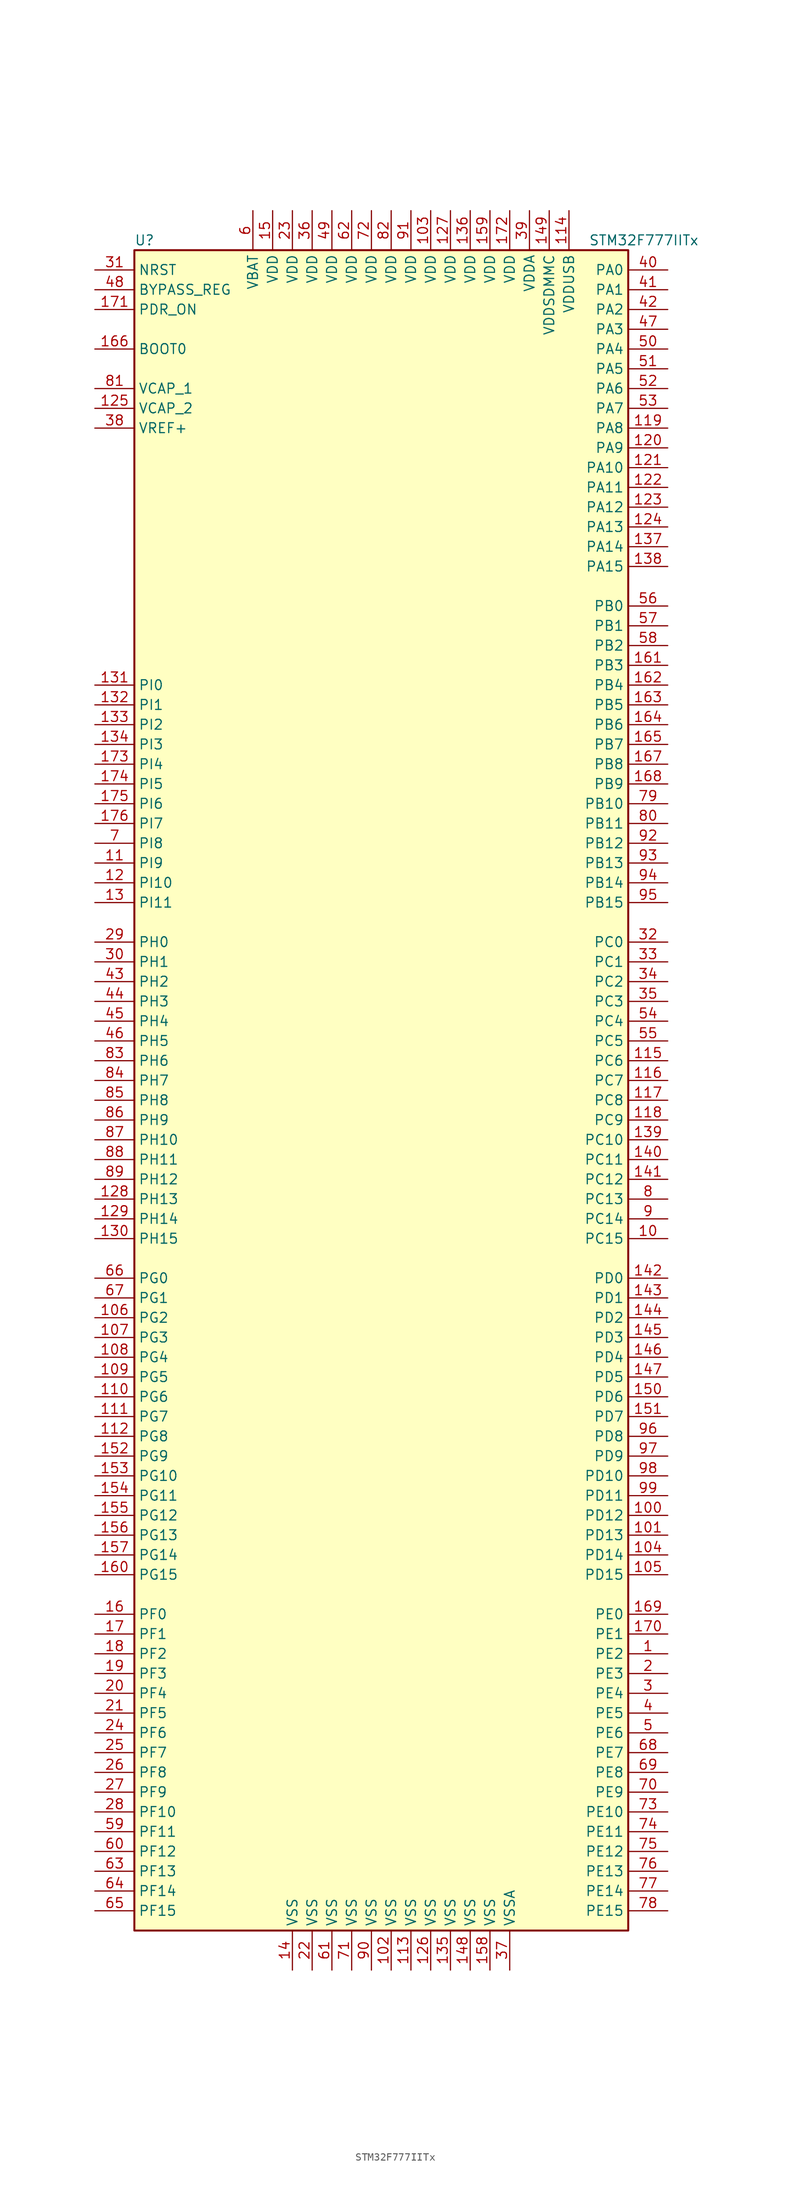
<source format=kicad_sym>
(kicad_symbol_lib
  (version 20211014)
  (generator kicad_symbol_editor)
  (symbol "STM32F777IITx"
    (property "Reference" "U"
      (at -33.02 107.95 0)
      (effects (font (size 1.27 1.27)) (justify left)))
    (property "Value" "STM32F777IITx"
      (at 25.4 107.95 0)
      (effects (font (size 1.27 1.27)) (justify left)))
    (symbol "STM32F777IITx_0_1"
      (rectangle (start -33.02 -109.22) (end 30.48 106.68) (stroke (width 0.254) (type default) (color 0 0 0 0)) (fill (type background))))
    (symbol "STM32F777IITx_1_1"
      (pin bidirectional line (at 35.56 -73.66 180) (length 5.08) (name "PE2" (effects (font (size 1.27 1.27)))) (number "1" (effects (font (size 1.27 1.27)))))
      (pin bidirectional line (at 35.56 -20.32 180) (length 5.08) (name "PC15" (effects (font (size 1.27 1.27)))) (number "10" (effects (font (size 1.27 1.27)))))
      (pin bidirectional line (at 35.56 -55.88 180) (length 5.08) (name "PD12" (effects (font (size 1.27 1.27)))) (number "100" (effects (font (size 1.27 1.27)))))
      (pin bidirectional line (at 35.56 -58.42 180) (length 5.08) (name "PD13" (effects (font (size 1.27 1.27)))) (number "101" (effects (font (size 1.27 1.27)))))
      (pin power_in line (at 0 -114.3 90) (length 5.08) (name "VSS" (effects (font (size 1.27 1.27)))) (number "102" (effects (font (size 1.27 1.27)))))
      (pin power_in line (at 5.08 111.76 270) (length 5.08) (name "VDD" (effects (font (size 1.27 1.27)))) (number "103" (effects (font (size 1.27 1.27)))))
      (pin bidirectional line (at 35.56 -60.96 180) (length 5.08) (name "PD14" (effects (font (size 1.27 1.27)))) (number "104" (effects (font (size 1.27 1.27)))))
      (pin bidirectional line (at 35.56 -63.5 180) (length 5.08) (name "PD15" (effects (font (size 1.27 1.27)))) (number "105" (effects (font (size 1.27 1.27)))))
      (pin bidirectional line (at -38.1 -30.48 0) (length 5.08) (name "PG2" (effects (font (size 1.27 1.27)))) (number "106" (effects (font (size 1.27 1.27)))))
      (pin bidirectional line (at -38.1 -33.02 0) (length 5.08) (name "PG3" (effects (font (size 1.27 1.27)))) (number "107" (effects (font (size 1.27 1.27)))))
      (pin bidirectional line (at -38.1 -35.56 0) (length 5.08) (name "PG4" (effects (font (size 1.27 1.27)))) (number "108" (effects (font (size 1.27 1.27)))))
      (pin bidirectional line (at -38.1 -38.1 0) (length 5.08) (name "PG5" (effects (font (size 1.27 1.27)))) (number "109" (effects (font (size 1.27 1.27)))))
      (pin bidirectional line (at -38.1 27.94 0) (length 5.08) (name "PI9" (effects (font (size 1.27 1.27)))) (number "11" (effects (font (size 1.27 1.27)))))
      (pin bidirectional line (at -38.1 -40.64 0) (length 5.08) (name "PG6" (effects (font (size 1.27 1.27)))) (number "110" (effects (font (size 1.27 1.27)))))
      (pin bidirectional line (at -38.1 -43.18 0) (length 5.08) (name "PG7" (effects (font (size 1.27 1.27)))) (number "111" (effects (font (size 1.27 1.27)))))
      (pin bidirectional line (at -38.1 -45.72 0) (length 5.08) (name "PG8" (effects (font (size 1.27 1.27)))) (number "112" (effects (font (size 1.27 1.27)))))
      (pin power_in line (at 2.54 -114.3 90) (length 5.08) (name "VSS" (effects (font (size 1.27 1.27)))) (number "113" (effects (font (size 1.27 1.27)))))
      (pin power_in line (at 22.86 111.76 270) (length 5.08) (name "VDDUSB" (effects (font (size 1.27 1.27)))) (number "114" (effects (font (size 1.27 1.27)))))
      (pin bidirectional line (at 35.56 2.54 180) (length 5.08) (name "PC6" (effects (font (size 1.27 1.27)))) (number "115" (effects (font (size 1.27 1.27)))))
      (pin bidirectional line (at 35.56 0 180) (length 5.08) (name "PC7" (effects (font (size 1.27 1.27)))) (number "116" (effects (font (size 1.27 1.27)))))
      (pin bidirectional line (at 35.56 -2.54 180) (length 5.08) (name "PC8" (effects (font (size 1.27 1.27)))) (number "117" (effects (font (size 1.27 1.27)))))
      (pin bidirectional line (at 35.56 -5.08 180) (length 5.08) (name "PC9" (effects (font (size 1.27 1.27)))) (number "118" (effects (font (size 1.27 1.27)))))
      (pin bidirectional line (at 35.56 83.82 180) (length 5.08) (name "PA8" (effects (font (size 1.27 1.27)))) (number "119" (effects (font (size 1.27 1.27)))))
      (pin bidirectional line (at -38.1 25.4 0) (length 5.08) (name "PI10" (effects (font (size 1.27 1.27)))) (number "12" (effects (font (size 1.27 1.27)))))
      (pin bidirectional line (at 35.56 81.28 180) (length 5.08) (name "PA9" (effects (font (size 1.27 1.27)))) (number "120" (effects (font (size 1.27 1.27)))))
      (pin bidirectional line (at 35.56 78.74 180) (length 5.08) (name "PA10" (effects (font (size 1.27 1.27)))) (number "121" (effects (font (size 1.27 1.27)))))
      (pin bidirectional line (at 35.56 76.2 180) (length 5.08) (name "PA11" (effects (font (size 1.27 1.27)))) (number "122" (effects (font (size 1.27 1.27)))))
      (pin bidirectional line (at 35.56 73.66 180) (length 5.08) (name "PA12" (effects (font (size 1.27 1.27)))) (number "123" (effects (font (size 1.27 1.27)))))
      (pin bidirectional line (at 35.56 71.12 180) (length 5.08) (name "PA13" (effects (font (size 1.27 1.27)))) (number "124" (effects (font (size 1.27 1.27)))))
      (pin power_in line (at -38.1 86.36 0) (length 5.08) (name "VCAP_2" (effects (font (size 1.27 1.27)))) (number "125" (effects (font (size 1.27 1.27)))))
      (pin power_in line (at 5.08 -114.3 90) (length 5.08) (name "VSS" (effects (font (size 1.27 1.27)))) (number "126" (effects (font (size 1.27 1.27)))))
      (pin power_in line (at 7.62 111.76 270) (length 5.08) (name "VDD" (effects (font (size 1.27 1.27)))) (number "127" (effects (font (size 1.27 1.27)))))
      (pin bidirectional line (at -38.1 -15.24 0) (length 5.08) (name "PH13" (effects (font (size 1.27 1.27)))) (number "128" (effects (font (size 1.27 1.27)))))
      (pin bidirectional line (at -38.1 -17.78 0) (length 5.08) (name "PH14" (effects (font (size 1.27 1.27)))) (number "129" (effects (font (size 1.27 1.27)))))
      (pin bidirectional line (at -38.1 22.86 0) (length 5.08) (name "PI11" (effects (font (size 1.27 1.27)))) (number "13" (effects (font (size 1.27 1.27)))))
      (pin bidirectional line (at -38.1 -20.32 0) (length 5.08) (name "PH15" (effects (font (size 1.27 1.27)))) (number "130" (effects (font (size 1.27 1.27)))))
      (pin bidirectional line (at -38.1 50.8 0) (length 5.08) (name "PI0" (effects (font (size 1.27 1.27)))) (number "131" (effects (font (size 1.27 1.27)))))
      (pin bidirectional line (at -38.1 48.26 0) (length 5.08) (name "PI1" (effects (font (size 1.27 1.27)))) (number "132" (effects (font (size 1.27 1.27)))))
      (pin bidirectional line (at -38.1 45.72 0) (length 5.08) (name "PI2" (effects (font (size 1.27 1.27)))) (number "133" (effects (font (size 1.27 1.27)))))
      (pin bidirectional line (at -38.1 43.18 0) (length 5.08) (name "PI3" (effects (font (size 1.27 1.27)))) (number "134" (effects (font (size 1.27 1.27)))))
      (pin power_in line (at 7.62 -114.3 90) (length 5.08) (name "VSS" (effects (font (size 1.27 1.27)))) (number "135" (effects (font (size 1.27 1.27)))))
      (pin power_in line (at 10.16 111.76 270) (length 5.08) (name "VDD" (effects (font (size 1.27 1.27)))) (number "136" (effects (font (size 1.27 1.27)))))
      (pin bidirectional line (at 35.56 68.58 180) (length 5.08) (name "PA14" (effects (font (size 1.27 1.27)))) (number "137" (effects (font (size 1.27 1.27)))))
      (pin bidirectional line (at 35.56 66.04 180) (length 5.08) (name "PA15" (effects (font (size 1.27 1.27)))) (number "138" (effects (font (size 1.27 1.27)))))
      (pin bidirectional line (at 35.56 -7.62 180) (length 5.08) (name "PC10" (effects (font (size 1.27 1.27)))) (number "139" (effects (font (size 1.27 1.27)))))
      (pin power_in line (at -12.7 -114.3 90) (length 5.08) (name "VSS" (effects (font (size 1.27 1.27)))) (number "14" (effects (font (size 1.27 1.27)))))
      (pin bidirectional line (at 35.56 -10.16 180) (length 5.08) (name "PC11" (effects (font (size 1.27 1.27)))) (number "140" (effects (font (size 1.27 1.27)))))
      (pin bidirectional line (at 35.56 -12.7 180) (length 5.08) (name "PC12" (effects (font (size 1.27 1.27)))) (number "141" (effects (font (size 1.27 1.27)))))
      (pin bidirectional line (at 35.56 -25.4 180) (length 5.08) (name "PD0" (effects (font (size 1.27 1.27)))) (number "142" (effects (font (size 1.27 1.27)))))
      (pin bidirectional line (at 35.56 -27.94 180) (length 5.08) (name "PD1" (effects (font (size 1.27 1.27)))) (number "143" (effects (font (size 1.27 1.27)))))
      (pin bidirectional line (at 35.56 -30.48 180) (length 5.08) (name "PD2" (effects (font (size 1.27 1.27)))) (number "144" (effects (font (size 1.27 1.27)))))
      (pin bidirectional line (at 35.56 -33.02 180) (length 5.08) (name "PD3" (effects (font (size 1.27 1.27)))) (number "145" (effects (font (size 1.27 1.27)))))
      (pin bidirectional line (at 35.56 -35.56 180) (length 5.08) (name "PD4" (effects (font (size 1.27 1.27)))) (number "146" (effects (font (size 1.27 1.27)))))
      (pin bidirectional line (at 35.56 -38.1 180) (length 5.08) (name "PD5" (effects (font (size 1.27 1.27)))) (number "147" (effects (font (size 1.27 1.27)))))
      (pin power_in line (at 10.16 -114.3 90) (length 5.08) (name "VSS" (effects (font (size 1.27 1.27)))) (number "148" (effects (font (size 1.27 1.27)))))
      (pin power_in line (at 20.32 111.76 270) (length 5.08) (name "VDDSDMMC" (effects (font (size 1.27 1.27)))) (number "149" (effects (font (size 1.27 1.27)))))
      (pin power_in line (at -15.24 111.76 270) (length 5.08) (name "VDD" (effects (font (size 1.27 1.27)))) (number "15" (effects (font (size 1.27 1.27)))))
      (pin bidirectional line (at 35.56 -40.64 180) (length 5.08) (name "PD6" (effects (font (size 1.27 1.27)))) (number "150" (effects (font (size 1.27 1.27)))))
      (pin bidirectional line (at 35.56 -43.18 180) (length 5.08) (name "PD7" (effects (font (size 1.27 1.27)))) (number "151" (effects (font (size 1.27 1.27)))))
      (pin bidirectional line (at -38.1 -48.26 0) (length 5.08) (name "PG9" (effects (font (size 1.27 1.27)))) (number "152" (effects (font (size 1.27 1.27)))))
      (pin bidirectional line (at -38.1 -50.8 0) (length 5.08) (name "PG10" (effects (font (size 1.27 1.27)))) (number "153" (effects (font (size 1.27 1.27)))))
      (pin bidirectional line (at -38.1 -53.34 0) (length 5.08) (name "PG11" (effects (font (size 1.27 1.27)))) (number "154" (effects (font (size 1.27 1.27)))))
      (pin bidirectional line (at -38.1 -55.88 0) (length 5.08) (name "PG12" (effects (font (size 1.27 1.27)))) (number "155" (effects (font (size 1.27 1.27)))))
      (pin bidirectional line (at -38.1 -58.42 0) (length 5.08) (name "PG13" (effects (font (size 1.27 1.27)))) (number "156" (effects (font (size 1.27 1.27)))))
      (pin bidirectional line (at -38.1 -60.96 0) (length 5.08) (name "PG14" (effects (font (size 1.27 1.27)))) (number "157" (effects (font (size 1.27 1.27)))))
      (pin power_in line (at 12.7 -114.3 90) (length 5.08) (name "VSS" (effects (font (size 1.27 1.27)))) (number "158" (effects (font (size 1.27 1.27)))))
      (pin power_in line (at 12.7 111.76 270) (length 5.08) (name "VDD" (effects (font (size 1.27 1.27)))) (number "159" (effects (font (size 1.27 1.27)))))
      (pin bidirectional line (at -38.1 -68.58 0) (length 5.08) (name "PF0" (effects (font (size 1.27 1.27)))) (number "16" (effects (font (size 1.27 1.27)))))
      (pin bidirectional line (at -38.1 -63.5 0) (length 5.08) (name "PG15" (effects (font (size 1.27 1.27)))) (number "160" (effects (font (size 1.27 1.27)))))
      (pin bidirectional line (at 35.56 53.34 180) (length 5.08) (name "PB3" (effects (font (size 1.27 1.27)))) (number "161" (effects (font (size 1.27 1.27)))))
      (pin bidirectional line (at 35.56 50.8 180) (length 5.08) (name "PB4" (effects (font (size 1.27 1.27)))) (number "162" (effects (font (size 1.27 1.27)))))
      (pin bidirectional line (at 35.56 48.26 180) (length 5.08) (name "PB5" (effects (font (size 1.27 1.27)))) (number "163" (effects (font (size 1.27 1.27)))))
      (pin bidirectional line (at 35.56 45.72 180) (length 5.08) (name "PB6" (effects (font (size 1.27 1.27)))) (number "164" (effects (font (size 1.27 1.27)))))
      (pin bidirectional line (at 35.56 43.18 180) (length 5.08) (name "PB7" (effects (font (size 1.27 1.27)))) (number "165" (effects (font (size 1.27 1.27)))))
      (pin input line (at -38.1 93.98 0) (length 5.08) (name "BOOT0" (effects (font (size 1.27 1.27)))) (number "166" (effects (font (size 1.27 1.27)))))
      (pin bidirectional line (at 35.56 40.64 180) (length 5.08) (name "PB8" (effects (font (size 1.27 1.27)))) (number "167" (effects (font (size 1.27 1.27)))))
      (pin bidirectional line (at 35.56 38.1 180) (length 5.08) (name "PB9" (effects (font (size 1.27 1.27)))) (number "168" (effects (font (size 1.27 1.27)))))
      (pin bidirectional line (at 35.56 -68.58 180) (length 5.08) (name "PE0" (effects (font (size 1.27 1.27)))) (number "169" (effects (font (size 1.27 1.27)))))
      (pin bidirectional line (at -38.1 -71.12 0) (length 5.08) (name "PF1" (effects (font (size 1.27 1.27)))) (number "17" (effects (font (size 1.27 1.27)))))
      (pin bidirectional line (at 35.56 -71.12 180) (length 5.08) (name "PE1" (effects (font (size 1.27 1.27)))) (number "170" (effects (font (size 1.27 1.27)))))
      (pin input line (at -38.1 99.06 0) (length 5.08) (name "PDR_ON" (effects (font (size 1.27 1.27)))) (number "171" (effects (font (size 1.27 1.27)))))
      (pin power_in line (at 15.24 111.76 270) (length 5.08) (name "VDD" (effects (font (size 1.27 1.27)))) (number "172" (effects (font (size 1.27 1.27)))))
      (pin bidirectional line (at -38.1 40.64 0) (length 5.08) (name "PI4" (effects (font (size 1.27 1.27)))) (number "173" (effects (font (size 1.27 1.27)))))
      (pin bidirectional line (at -38.1 38.1 0) (length 5.08) (name "PI5" (effects (font (size 1.27 1.27)))) (number "174" (effects (font (size 1.27 1.27)))))
      (pin bidirectional line (at -38.1 35.56 0) (length 5.08) (name "PI6" (effects (font (size 1.27 1.27)))) (number "175" (effects (font (size 1.27 1.27)))))
      (pin bidirectional line (at -38.1 33.02 0) (length 5.08) (name "PI7" (effects (font (size 1.27 1.27)))) (number "176" (effects (font (size 1.27 1.27)))))
      (pin bidirectional line (at -38.1 -73.66 0) (length 5.08) (name "PF2" (effects (font (size 1.27 1.27)))) (number "18" (effects (font (size 1.27 1.27)))))
      (pin bidirectional line (at -38.1 -76.2 0) (length 5.08) (name "PF3" (effects (font (size 1.27 1.27)))) (number "19" (effects (font (size 1.27 1.27)))))
      (pin bidirectional line (at 35.56 -76.2 180) (length 5.08) (name "PE3" (effects (font (size 1.27 1.27)))) (number "2" (effects (font (size 1.27 1.27)))))
      (pin bidirectional line (at -38.1 -78.74 0) (length 5.08) (name "PF4" (effects (font (size 1.27 1.27)))) (number "20" (effects (font (size 1.27 1.27)))))
      (pin bidirectional line (at -38.1 -81.28 0) (length 5.08) (name "PF5" (effects (font (size 1.27 1.27)))) (number "21" (effects (font (size 1.27 1.27)))))
      (pin power_in line (at -10.16 -114.3 90) (length 5.08) (name "VSS" (effects (font (size 1.27 1.27)))) (number "22" (effects (font (size 1.27 1.27)))))
      (pin power_in line (at -12.7 111.76 270) (length 5.08) (name "VDD" (effects (font (size 1.27 1.27)))) (number "23" (effects (font (size 1.27 1.27)))))
      (pin bidirectional line (at -38.1 -83.82 0) (length 5.08) (name "PF6" (effects (font (size 1.27 1.27)))) (number "24" (effects (font (size 1.27 1.27)))))
      (pin bidirectional line (at -38.1 -86.36 0) (length 5.08) (name "PF7" (effects (font (size 1.27 1.27)))) (number "25" (effects (font (size 1.27 1.27)))))
      (pin bidirectional line (at -38.1 -88.9 0) (length 5.08) (name "PF8" (effects (font (size 1.27 1.27)))) (number "26" (effects (font (size 1.27 1.27)))))
      (pin bidirectional line (at -38.1 -91.44 0) (length 5.08) (name "PF9" (effects (font (size 1.27 1.27)))) (number "27" (effects (font (size 1.27 1.27)))))
      (pin bidirectional line (at -38.1 -93.98 0) (length 5.08) (name "PF10" (effects (font (size 1.27 1.27)))) (number "28" (effects (font (size 1.27 1.27)))))
      (pin input line (at -38.1 17.78 0) (length 5.08) (name "PH0" (effects (font (size 1.27 1.27)))) (number "29" (effects (font (size 1.27 1.27)))))
      (pin bidirectional line (at 35.56 -78.74 180) (length 5.08) (name "PE4" (effects (font (size 1.27 1.27)))) (number "3" (effects (font (size 1.27 1.27)))))
      (pin input line (at -38.1 15.24 0) (length 5.08) (name "PH1" (effects (font (size 1.27 1.27)))) (number "30" (effects (font (size 1.27 1.27)))))
      (pin input line (at -38.1 104.14 0) (length 5.08) (name "NRST" (effects (font (size 1.27 1.27)))) (number "31" (effects (font (size 1.27 1.27)))))
      (pin bidirectional line (at 35.56 17.78 180) (length 5.08) (name "PC0" (effects (font (size 1.27 1.27)))) (number "32" (effects (font (size 1.27 1.27)))))
      (pin bidirectional line (at 35.56 15.24 180) (length 5.08) (name "PC1" (effects (font (size 1.27 1.27)))) (number "33" (effects (font (size 1.27 1.27)))))
      (pin bidirectional line (at 35.56 12.7 180) (length 5.08) (name "PC2" (effects (font (size 1.27 1.27)))) (number "34" (effects (font (size 1.27 1.27)))))
      (pin bidirectional line (at 35.56 10.16 180) (length 5.08) (name "PC3" (effects (font (size 1.27 1.27)))) (number "35" (effects (font (size 1.27 1.27)))))
      (pin power_in line (at -10.16 111.76 270) (length 5.08) (name "VDD" (effects (font (size 1.27 1.27)))) (number "36" (effects (font (size 1.27 1.27)))))
      (pin power_in line (at 15.24 -114.3 90) (length 5.08) (name "VSSA" (effects (font (size 1.27 1.27)))) (number "37" (effects (font (size 1.27 1.27)))))
      (pin power_in line (at -38.1 83.82 0) (length 5.08) (name "VREF+" (effects (font (size 1.27 1.27)))) (number "38" (effects (font (size 1.27 1.27)))))
      (pin power_in line (at 17.78 111.76 270) (length 5.08) (name "VDDA" (effects (font (size 1.27 1.27)))) (number "39" (effects (font (size 1.27 1.27)))))
      (pin bidirectional line (at 35.56 -81.28 180) (length 5.08) (name "PE5" (effects (font (size 1.27 1.27)))) (number "4" (effects (font (size 1.27 1.27)))))
      (pin bidirectional line (at 35.56 104.14 180) (length 5.08) (name "PA0" (effects (font (size 1.27 1.27)))) (number "40" (effects (font (size 1.27 1.27)))))
      (pin bidirectional line (at 35.56 101.6 180) (length 5.08) (name "PA1" (effects (font (size 1.27 1.27)))) (number "41" (effects (font (size 1.27 1.27)))))
      (pin bidirectional line (at 35.56 99.06 180) (length 5.08) (name "PA2" (effects (font (size 1.27 1.27)))) (number "42" (effects (font (size 1.27 1.27)))))
      (pin bidirectional line (at -38.1 12.7 0) (length 5.08) (name "PH2" (effects (font (size 1.27 1.27)))) (number "43" (effects (font (size 1.27 1.27)))))
      (pin bidirectional line (at -38.1 10.16 0) (length 5.08) (name "PH3" (effects (font (size 1.27 1.27)))) (number "44" (effects (font (size 1.27 1.27)))))
      (pin bidirectional line (at -38.1 7.62 0) (length 5.08) (name "PH4" (effects (font (size 1.27 1.27)))) (number "45" (effects (font (size 1.27 1.27)))))
      (pin bidirectional line (at -38.1 5.08 0) (length 5.08) (name "PH5" (effects (font (size 1.27 1.27)))) (number "46" (effects (font (size 1.27 1.27)))))
      (pin bidirectional line (at 35.56 96.52 180) (length 5.08) (name "PA3" (effects (font (size 1.27 1.27)))) (number "47" (effects (font (size 1.27 1.27)))))
      (pin input line (at -38.1 101.6 0) (length 5.08) (name "BYPASS_REG" (effects (font (size 1.27 1.27)))) (number "48" (effects (font (size 1.27 1.27)))))
      (pin power_in line (at -7.62 111.76 270) (length 5.08) (name "VDD" (effects (font (size 1.27 1.27)))) (number "49" (effects (font (size 1.27 1.27)))))
      (pin bidirectional line (at 35.56 -83.82 180) (length 5.08) (name "PE6" (effects (font (size 1.27 1.27)))) (number "5" (effects (font (size 1.27 1.27)))))
      (pin bidirectional line (at 35.56 93.98 180) (length 5.08) (name "PA4" (effects (font (size 1.27 1.27)))) (number "50" (effects (font (size 1.27 1.27)))))
      (pin bidirectional line (at 35.56 91.44 180) (length 5.08) (name "PA5" (effects (font (size 1.27 1.27)))) (number "51" (effects (font (size 1.27 1.27)))))
      (pin bidirectional line (at 35.56 88.9 180) (length 5.08) (name "PA6" (effects (font (size 1.27 1.27)))) (number "52" (effects (font (size 1.27 1.27)))))
      (pin bidirectional line (at 35.56 86.36 180) (length 5.08) (name "PA7" (effects (font (size 1.27 1.27)))) (number "53" (effects (font (size 1.27 1.27)))))
      (pin bidirectional line (at 35.56 7.62 180) (length 5.08) (name "PC4" (effects (font (size 1.27 1.27)))) (number "54" (effects (font (size 1.27 1.27)))))
      (pin bidirectional line (at 35.56 5.08 180) (length 5.08) (name "PC5" (effects (font (size 1.27 1.27)))) (number "55" (effects (font (size 1.27 1.27)))))
      (pin bidirectional line (at 35.56 60.96 180) (length 5.08) (name "PB0" (effects (font (size 1.27 1.27)))) (number "56" (effects (font (size 1.27 1.27)))))
      (pin bidirectional line (at 35.56 58.42 180) (length 5.08) (name "PB1" (effects (font (size 1.27 1.27)))) (number "57" (effects (font (size 1.27 1.27)))))
      (pin bidirectional line (at 35.56 55.88 180) (length 5.08) (name "PB2" (effects (font (size 1.27 1.27)))) (number "58" (effects (font (size 1.27 1.27)))))
      (pin bidirectional line (at -38.1 -96.52 0) (length 5.08) (name "PF11" (effects (font (size 1.27 1.27)))) (number "59" (effects (font (size 1.27 1.27)))))
      (pin power_in line (at -17.78 111.76 270) (length 5.08) (name "VBAT" (effects (font (size 1.27 1.27)))) (number "6" (effects (font (size 1.27 1.27)))))
      (pin bidirectional line (at -38.1 -99.06 0) (length 5.08) (name "PF12" (effects (font (size 1.27 1.27)))) (number "60" (effects (font (size 1.27 1.27)))))
      (pin power_in line (at -7.62 -114.3 90) (length 5.08) (name "VSS" (effects (font (size 1.27 1.27)))) (number "61" (effects (font (size 1.27 1.27)))))
      (pin power_in line (at -5.08 111.76 270) (length 5.08) (name "VDD" (effects (font (size 1.27 1.27)))) (number "62" (effects (font (size 1.27 1.27)))))
      (pin bidirectional line (at -38.1 -101.6 0) (length 5.08) (name "PF13" (effects (font (size 1.27 1.27)))) (number "63" (effects (font (size 1.27 1.27)))))
      (pin bidirectional line (at -38.1 -104.14 0) (length 5.08) (name "PF14" (effects (font (size 1.27 1.27)))) (number "64" (effects (font (size 1.27 1.27)))))
      (pin bidirectional line (at -38.1 -106.68 0) (length 5.08) (name "PF15" (effects (font (size 1.27 1.27)))) (number "65" (effects (font (size 1.27 1.27)))))
      (pin bidirectional line (at -38.1 -25.4 0) (length 5.08) (name "PG0" (effects (font (size 1.27 1.27)))) (number "66" (effects (font (size 1.27 1.27)))))
      (pin bidirectional line (at -38.1 -27.94 0) (length 5.08) (name "PG1" (effects (font (size 1.27 1.27)))) (number "67" (effects (font (size 1.27 1.27)))))
      (pin bidirectional line (at 35.56 -86.36 180) (length 5.08) (name "PE7" (effects (font (size 1.27 1.27)))) (number "68" (effects (font (size 1.27 1.27)))))
      (pin bidirectional line (at 35.56 -88.9 180) (length 5.08) (name "PE8" (effects (font (size 1.27 1.27)))) (number "69" (effects (font (size 1.27 1.27)))))
      (pin bidirectional line (at -38.1 30.48 0) (length 5.08) (name "PI8" (effects (font (size 1.27 1.27)))) (number "7" (effects (font (size 1.27 1.27)))))
      (pin bidirectional line (at 35.56 -91.44 180) (length 5.08) (name "PE9" (effects (font (size 1.27 1.27)))) (number "70" (effects (font (size 1.27 1.27)))))
      (pin power_in line (at -5.08 -114.3 90) (length 5.08) (name "VSS" (effects (font (size 1.27 1.27)))) (number "71" (effects (font (size 1.27 1.27)))))
      (pin power_in line (at -2.54 111.76 270) (length 5.08) (name "VDD" (effects (font (size 1.27 1.27)))) (number "72" (effects (font (size 1.27 1.27)))))
      (pin bidirectional line (at 35.56 -93.98 180) (length 5.08) (name "PE10" (effects (font (size 1.27 1.27)))) (number "73" (effects (font (size 1.27 1.27)))))
      (pin bidirectional line (at 35.56 -96.52 180) (length 5.08) (name "PE11" (effects (font (size 1.27 1.27)))) (number "74" (effects (font (size 1.27 1.27)))))
      (pin bidirectional line (at 35.56 -99.06 180) (length 5.08) (name "PE12" (effects (font (size 1.27 1.27)))) (number "75" (effects (font (size 1.27 1.27)))))
      (pin bidirectional line (at 35.56 -101.6 180) (length 5.08) (name "PE13" (effects (font (size 1.27 1.27)))) (number "76" (effects (font (size 1.27 1.27)))))
      (pin bidirectional line (at 35.56 -104.14 180) (length 5.08) (name "PE14" (effects (font (size 1.27 1.27)))) (number "77" (effects (font (size 1.27 1.27)))))
      (pin bidirectional line (at 35.56 -106.68 180) (length 5.08) (name "PE15" (effects (font (size 1.27 1.27)))) (number "78" (effects (font (size 1.27 1.27)))))
      (pin bidirectional line (at 35.56 35.56 180) (length 5.08) (name "PB10" (effects (font (size 1.27 1.27)))) (number "79" (effects (font (size 1.27 1.27)))))
      (pin bidirectional line (at 35.56 -15.24 180) (length 5.08) (name "PC13" (effects (font (size 1.27 1.27)))) (number "8" (effects (font (size 1.27 1.27)))))
      (pin bidirectional line (at 35.56 33.02 180) (length 5.08) (name "PB11" (effects (font (size 1.27 1.27)))) (number "80" (effects (font (size 1.27 1.27)))))
      (pin power_in line (at -38.1 88.9 0) (length 5.08) (name "VCAP_1" (effects (font (size 1.27 1.27)))) (number "81" (effects (font (size 1.27 1.27)))))
      (pin power_in line (at 0 111.76 270) (length 5.08) (name "VDD" (effects (font (size 1.27 1.27)))) (number "82" (effects (font (size 1.27 1.27)))))
      (pin bidirectional line (at -38.1 2.54 0) (length 5.08) (name "PH6" (effects (font (size 1.27 1.27)))) (number "83" (effects (font (size 1.27 1.27)))))
      (pin bidirectional line (at -38.1 0 0) (length 5.08) (name "PH7" (effects (font (size 1.27 1.27)))) (number "84" (effects (font (size 1.27 1.27)))))
      (pin bidirectional line (at -38.1 -2.54 0) (length 5.08) (name "PH8" (effects (font (size 1.27 1.27)))) (number "85" (effects (font (size 1.27 1.27)))))
      (pin bidirectional line (at -38.1 -5.08 0) (length 5.08) (name "PH9" (effects (font (size 1.27 1.27)))) (number "86" (effects (font (size 1.27 1.27)))))
      (pin bidirectional line (at -38.1 -7.62 0) (length 5.08) (name "PH10" (effects (font (size 1.27 1.27)))) (number "87" (effects (font (size 1.27 1.27)))))
      (pin bidirectional line (at -38.1 -10.16 0) (length 5.08) (name "PH11" (effects (font (size 1.27 1.27)))) (number "88" (effects (font (size 1.27 1.27)))))
      (pin bidirectional line (at -38.1 -12.7 0) (length 5.08) (name "PH12" (effects (font (size 1.27 1.27)))) (number "89" (effects (font (size 1.27 1.27)))))
      (pin bidirectional line (at 35.56 -17.78 180) (length 5.08) (name "PC14" (effects (font (size 1.27 1.27)))) (number "9" (effects (font (size 1.27 1.27)))))
      (pin power_in line (at -2.54 -114.3 90) (length 5.08) (name "VSS" (effects (font (size 1.27 1.27)))) (number "90" (effects (font (size 1.27 1.27)))))
      (pin power_in line (at 2.54 111.76 270) (length 5.08) (name "VDD" (effects (font (size 1.27 1.27)))) (number "91" (effects (font (size 1.27 1.27)))))
      (pin bidirectional line (at 35.56 30.48 180) (length 5.08) (name "PB12" (effects (font (size 1.27 1.27)))) (number "92" (effects (font (size 1.27 1.27)))))
      (pin bidirectional line (at 35.56 27.94 180) (length 5.08) (name "PB13" (effects (font (size 1.27 1.27)))) (number "93" (effects (font (size 1.27 1.27)))))
      (pin bidirectional line (at 35.56 25.4 180) (length 5.08) (name "PB14" (effects (font (size 1.27 1.27)))) (number "94" (effects (font (size 1.27 1.27)))))
      (pin bidirectional line (at 35.56 22.86 180) (length 5.08) (name "PB15" (effects (font (size 1.27 1.27)))) (number "95" (effects (font (size 1.27 1.27)))))
      (pin bidirectional line (at 35.56 -45.72 180) (length 5.08) (name "PD8" (effects (font (size 1.27 1.27)))) (number "96" (effects (font (size 1.27 1.27)))))
      (pin bidirectional line (at 35.56 -48.26 180) (length 5.08) (name "PD9" (effects (font (size 1.27 1.27)))) (number "97" (effects (font (size 1.27 1.27)))))
      (pin bidirectional line (at 35.56 -50.8 180) (length 5.08) (name "PD10" (effects (font (size 1.27 1.27)))) (number "98" (effects (font (size 1.27 1.27)))))
      (pin bidirectional line (at 35.56 -53.34 180) (length 5.08) (name "PD11" (effects (font (size 1.27 1.27)))) (number "99" (effects (font (size 1.27 1.27))))))))
</source>
